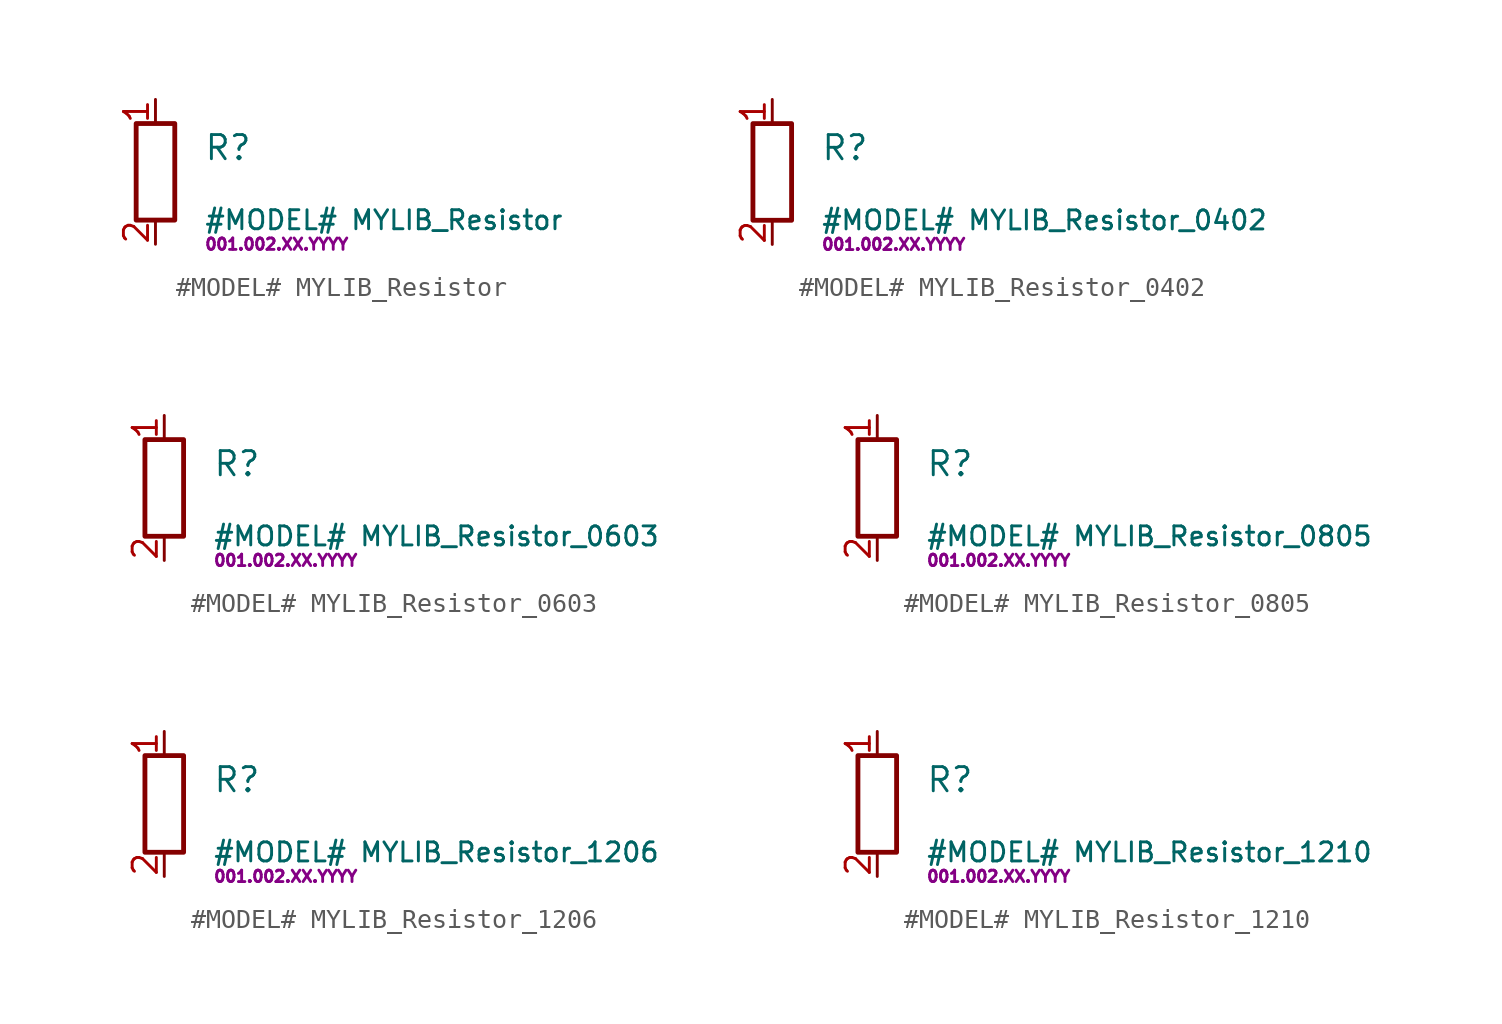
<source format=kicad_sym>
(kicad_symbol_lib
  (version 20220914)
  (generator kicad_symbol_editor)
  (symbol "#MODEL# MYLIB_Resistor"
    (pin_names
      (offset 0.254))
    (property "Reference" "R"
      (at 2.54 1.27 0)
      (effects (font (size 1.27 1.27)) (justify left)))
    (property "Value" "#MODEL# MYLIB_Resistor"
      (at 2.54 -2.54 0)
      (effects (font (size 1 1)) (justify left)))
    (property "MYLIB_Code" "001.002.XX.YYYY"
      (at 2.54 -3.81 0)
      (effects (font (size 0.6 0.6)) (justify left)))
    (symbol "#MODEL# MYLIB_Resistor_0_1"
      (rectangle (start -1.016 -2.54) (end 1.016 2.54) (stroke (width 0.254) (type default)) (fill (type none))))
    (symbol "#MODEL# MYLIB_Resistor_1_1"
      (pin passive line (at 0 3.81 270) (length 1.27) (name "~" (effects (font (size 1.27 1.27)))) (number "1" (effects (font (size 1.27 1.27)))))
      (pin passive line (at 0 -3.81 90) (length 1.27) (name "~" (effects (font (size 1.27 1.27)))) (number "2" (effects (font (size 1.27 1.27)))))))
  (symbol "#MODEL# MYLIB_Resistor_0402"
    (pin_names
      (offset 0.254))
    (property "Reference" "R"
      (at 2.54 1.27 0)
      (effects (font (size 1.27 1.27)) (justify left)))
    (property "Value" "#MODEL# MYLIB_Resistor_0402"
      (at 2.54 -2.54 0)
      (effects (font (size 1 1)) (justify left)))
    (property "MYLIB_Code" "001.002.XX.YYYY"
      (at 2.54 -3.81 0)
      (effects (font (size 0.6 0.6)) (justify left)))
    (symbol "#MODEL# MYLIB_Resistor_0402_0_1"
      (rectangle (start -1.016 -2.54) (end 1.016 2.54) (stroke (width 0.254) (type default)) (fill (type none))))
    (symbol "#MODEL# MYLIB_Resistor_0402_1_1"
      (pin passive line (at 0 3.81 270) (length 1.27) (name "~" (effects (font (size 1.27 1.27)))) (number "1" (effects (font (size 1.27 1.27)))))
      (pin passive line (at 0 -3.81 90) (length 1.27) (name "~" (effects (font (size 1.27 1.27)))) (number "2" (effects (font (size 1.27 1.27)))))))
  (symbol "#MODEL# MYLIB_Resistor_0603"
    (pin_names
      (offset 0.254))
    (property "Reference" "R"
      (at 2.54 1.27 0)
      (effects (font (size 1.27 1.27)) (justify left)))
    (property "Value" "#MODEL# MYLIB_Resistor_0603"
      (at 2.54 -2.54 0)
      (effects (font (size 1 1)) (justify left)))
    (property "MYLIB_Code" "001.002.XX.YYYY"
      (at 2.54 -3.81 0)
      (effects (font (size 0.6 0.6)) (justify left)))
    (symbol "#MODEL# MYLIB_Resistor_0603_0_1"
      (rectangle (start -1.016 -2.54) (end 1.016 2.54) (stroke (width 0.254) (type default)) (fill (type none))))
    (symbol "#MODEL# MYLIB_Resistor_0603_1_1"
      (pin passive line (at 0 3.81 270) (length 1.27) (name "~" (effects (font (size 1.27 1.27)))) (number "1" (effects (font (size 1.27 1.27)))))
      (pin passive line (at 0 -3.81 90) (length 1.27) (name "~" (effects (font (size 1.27 1.27)))) (number "2" (effects (font (size 1.27 1.27)))))))
  (symbol "#MODEL# MYLIB_Resistor_0805"
    (pin_names
      (offset 0.254))
    (property "Reference" "R"
      (at 2.54 1.27 0)
      (effects (font (size 1.27 1.27)) (justify left)))
    (property "Value" "#MODEL# MYLIB_Resistor_0805"
      (at 2.54 -2.54 0)
      (effects (font (size 1 1)) (justify left)))
    (property "MYLIB_Code" "001.002.XX.YYYY"
      (at 2.54 -3.81 0)
      (effects (font (size 0.6 0.6)) (justify left)))
    (symbol "#MODEL# MYLIB_Resistor_0805_0_1"
      (rectangle (start -1.016 -2.54) (end 1.016 2.54) (stroke (width 0.254) (type default)) (fill (type none))))
    (symbol "#MODEL# MYLIB_Resistor_0805_1_1"
      (pin passive line (at 0 3.81 270) (length 1.27) (name "~" (effects (font (size 1.27 1.27)))) (number "1" (effects (font (size 1.27 1.27)))))
      (pin passive line (at 0 -3.81 90) (length 1.27) (name "~" (effects (font (size 1.27 1.27)))) (number "2" (effects (font (size 1.27 1.27)))))))
  (symbol "#MODEL# MYLIB_Resistor_1206"
    (pin_names
      (offset 0.254))
    (property "Reference" "R"
      (at 2.54 1.27 0)
      (effects (font (size 1.27 1.27)) (justify left)))
    (property "Value" "#MODEL# MYLIB_Resistor_1206"
      (at 2.54 -2.54 0)
      (effects (font (size 1 1)) (justify left)))
    (property "MYLIB_Code" "001.002.XX.YYYY"
      (at 2.54 -3.81 0)
      (effects (font (size 0.6 0.6)) (justify left)))
    (symbol "#MODEL# MYLIB_Resistor_1206_0_1"
      (rectangle (start -1.016 -2.54) (end 1.016 2.54) (stroke (width 0.254) (type default)) (fill (type none))))
    (symbol "#MODEL# MYLIB_Resistor_1206_1_1"
      (pin passive line (at 0 3.81 270) (length 1.27) (name "~" (effects (font (size 1.27 1.27)))) (number "1" (effects (font (size 1.27 1.27)))))
      (pin passive line (at 0 -3.81 90) (length 1.27) (name "~" (effects (font (size 1.27 1.27)))) (number "2" (effects (font (size 1.27 1.27)))))))
  (symbol "#MODEL# MYLIB_Resistor_1210"
    (pin_names
      (offset 0.254))
    (property "Reference" "R"
      (at 2.54 1.27 0)
      (effects (font (size 1.27 1.27)) (justify left)))
    (property "Value" "#MODEL# MYLIB_Resistor_1210"
      (at 2.54 -2.54 0)
      (effects (font (size 1 1)) (justify left)))
    (property "MYLIB_Code" "001.002.XX.YYYY"
      (at 2.54 -3.81 0)
      (effects (font (size 0.6 0.6)) (justify left)))
    (symbol "#MODEL# MYLIB_Resistor_1210_0_1"
      (rectangle (start -1.016 -2.54) (end 1.016 2.54) (stroke (width 0.254) (type default)) (fill (type none))))
    (symbol "#MODEL# MYLIB_Resistor_1210_1_1"
      (pin passive line (at 0 3.81 270) (length 1.27) (name "~" (effects (font (size 1.27 1.27)))) (number "1" (effects (font (size 1.27 1.27)))))
      (pin passive line (at 0 -3.81 90) (length 1.27) (name "~" (effects (font (size 1.27 1.27)))) (number "2" (effects (font (size 1.27 1.27))))))))
</source>
